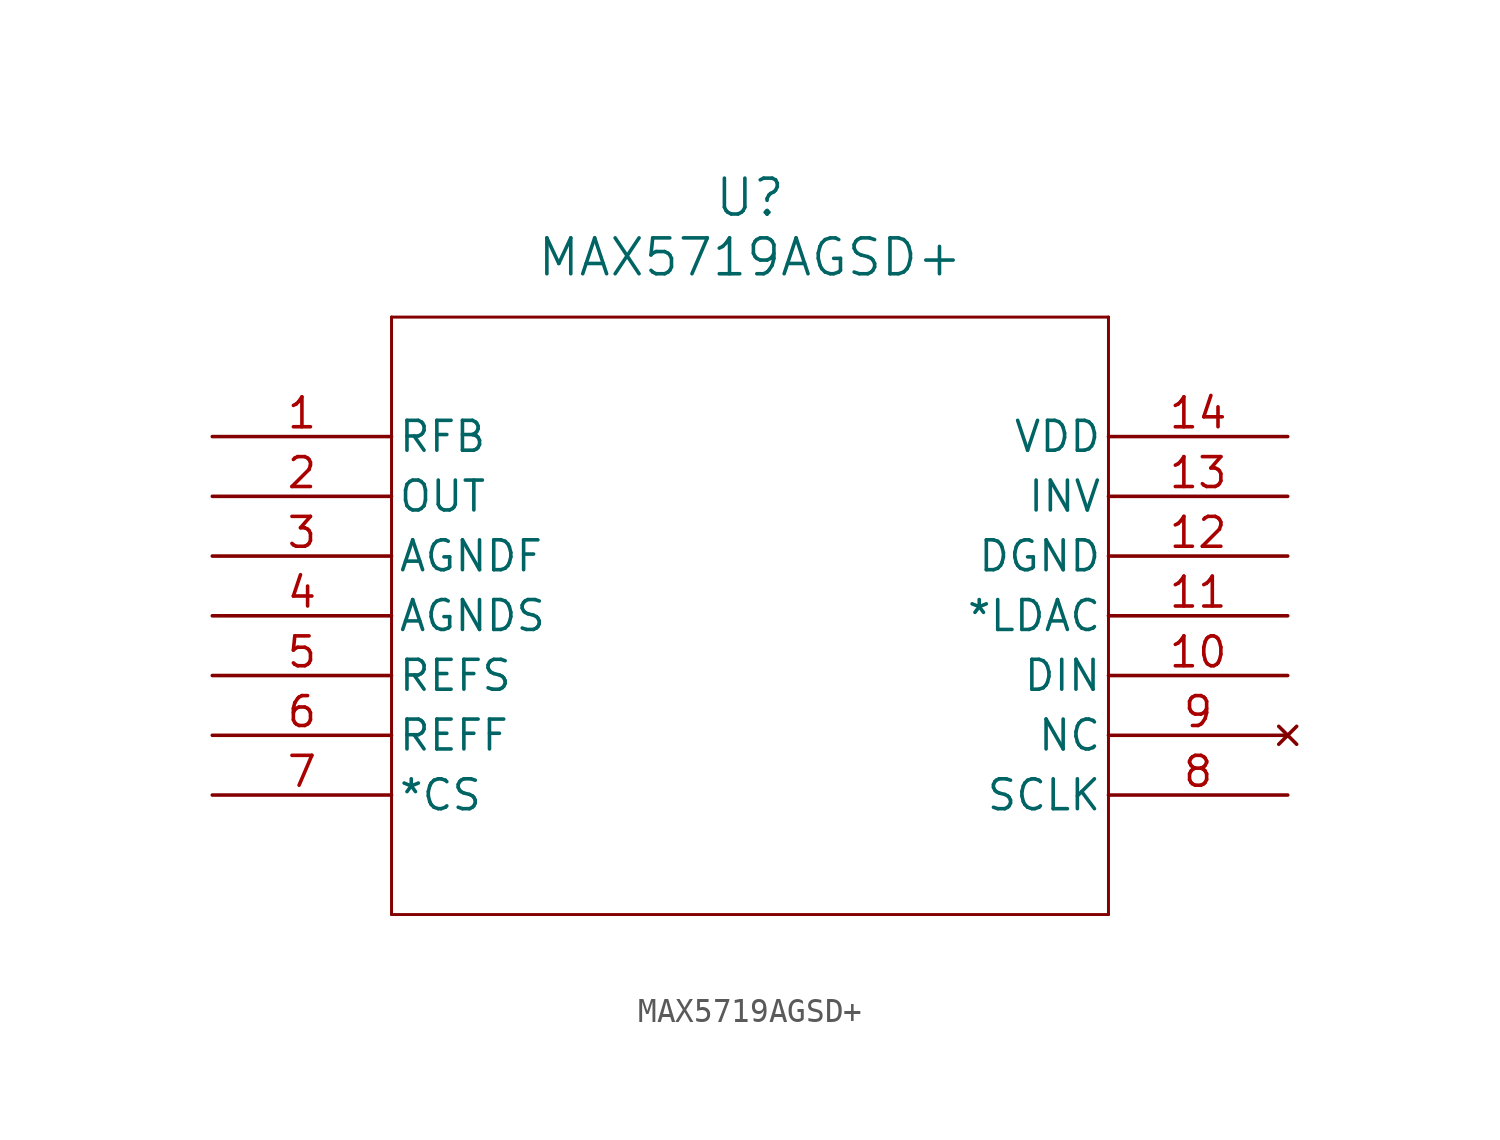
<source format=kicad_sym>
(kicad_symbol_lib
  (version 20211014)
  (generator kicad_symbol_editor)
  (symbol "MAX5719AGSD+"
    (pin_names
      (offset 0.254))
    (property "Reference" "U"
      (at 22.86 10.16 0)
      (effects (font (size 1.524 1.524))))
    (property "Value" "MAX5719AGSD+"
      (at 22.86 7.62 0)
      (effects (font (size 1.524 1.524))))
    (symbol "MAX5719AGSD+_0_1"
      (polyline (pts (xy 7.62 5.08) (xy 7.62 -20.32)) (stroke (width 0.127) (type default) (color 0 0 0 0)) (fill (type none)))
      (polyline (pts (xy 7.62 -20.32) (xy 38.1 -20.32)) (stroke (width 0.127) (type default) (color 0 0 0 0)) (fill (type none)))
      (polyline (pts (xy 38.1 -20.32) (xy 38.1 5.08)) (stroke (width 0.127) (type default) (color 0 0 0 0)) (fill (type none)))
      (polyline (pts (xy 38.1 5.08) (xy 7.62 5.08)) (stroke (width 0.127) (type default) (color 0 0 0 0)) (fill (type none)))
      (pin unspecified line (at 0 0 0) (length 7.62) (name "RFB" (effects (font (size 1.27 1.27)))) (number "1" (effects (font (size 1.27 1.27)))))
      (pin output line (at 0 -2.54 0) (length 7.62) (name "OUT" (effects (font (size 1.27 1.27)))) (number "2" (effects (font (size 1.27 1.27)))))
      (pin power_out line (at 0 -5.08 0) (length 7.62) (name "AGNDF" (effects (font (size 1.27 1.27)))) (number "3" (effects (font (size 1.27 1.27)))))
      (pin power_out line (at 0 -7.62 0) (length 7.62) (name "AGNDS" (effects (font (size 1.27 1.27)))) (number "4" (effects (font (size 1.27 1.27)))))
      (pin unspecified line (at 0 -10.16 0) (length 7.62) (name "REFS" (effects (font (size 1.27 1.27)))) (number "5" (effects (font (size 1.27 1.27)))))
      (pin unspecified line (at 0 -12.7 0) (length 7.62) (name "REFF" (effects (font (size 1.27 1.27)))) (number "6" (effects (font (size 1.27 1.27)))))
      (pin unspecified line (at 0 -15.24 0) (length 7.62) (name "*CS" (effects (font (size 1.27 1.27)))) (number "7" (effects (font (size 1.27 1.27)))))
      (pin unspecified line (at 45.72 -15.24 180) (length 7.62) (name "SCLK" (effects (font (size 1.27 1.27)))) (number "8" (effects (font (size 1.27 1.27)))))
      (pin no_connect line (at 45.72 -12.7 180) (length 7.62) (name "NC" (effects (font (size 1.27 1.27)))) (number "9" (effects (font (size 1.27 1.27)))))
      (pin unspecified line (at 45.72 -10.16 180) (length 7.62) (name "DIN" (effects (font (size 1.27 1.27)))) (number "10" (effects (font (size 1.27 1.27)))))
      (pin unspecified line (at 45.72 -7.62 180) (length 7.62) (name "*LDAC" (effects (font (size 1.27 1.27)))) (number "11" (effects (font (size 1.27 1.27)))))
      (pin power_out line (at 45.72 -5.08 180) (length 7.62) (name "DGND" (effects (font (size 1.27 1.27)))) (number "12" (effects (font (size 1.27 1.27)))))
      (pin unspecified line (at 45.72 -2.54 180) (length 7.62) (name "INV" (effects (font (size 1.27 1.27)))) (number "13" (effects (font (size 1.27 1.27)))))
      (pin power_in line (at 45.72 0 180) (length 7.62) (name "VDD" (effects (font (size 1.27 1.27)))) (number "14" (effects (font (size 1.27 1.27))))))))
</source>
